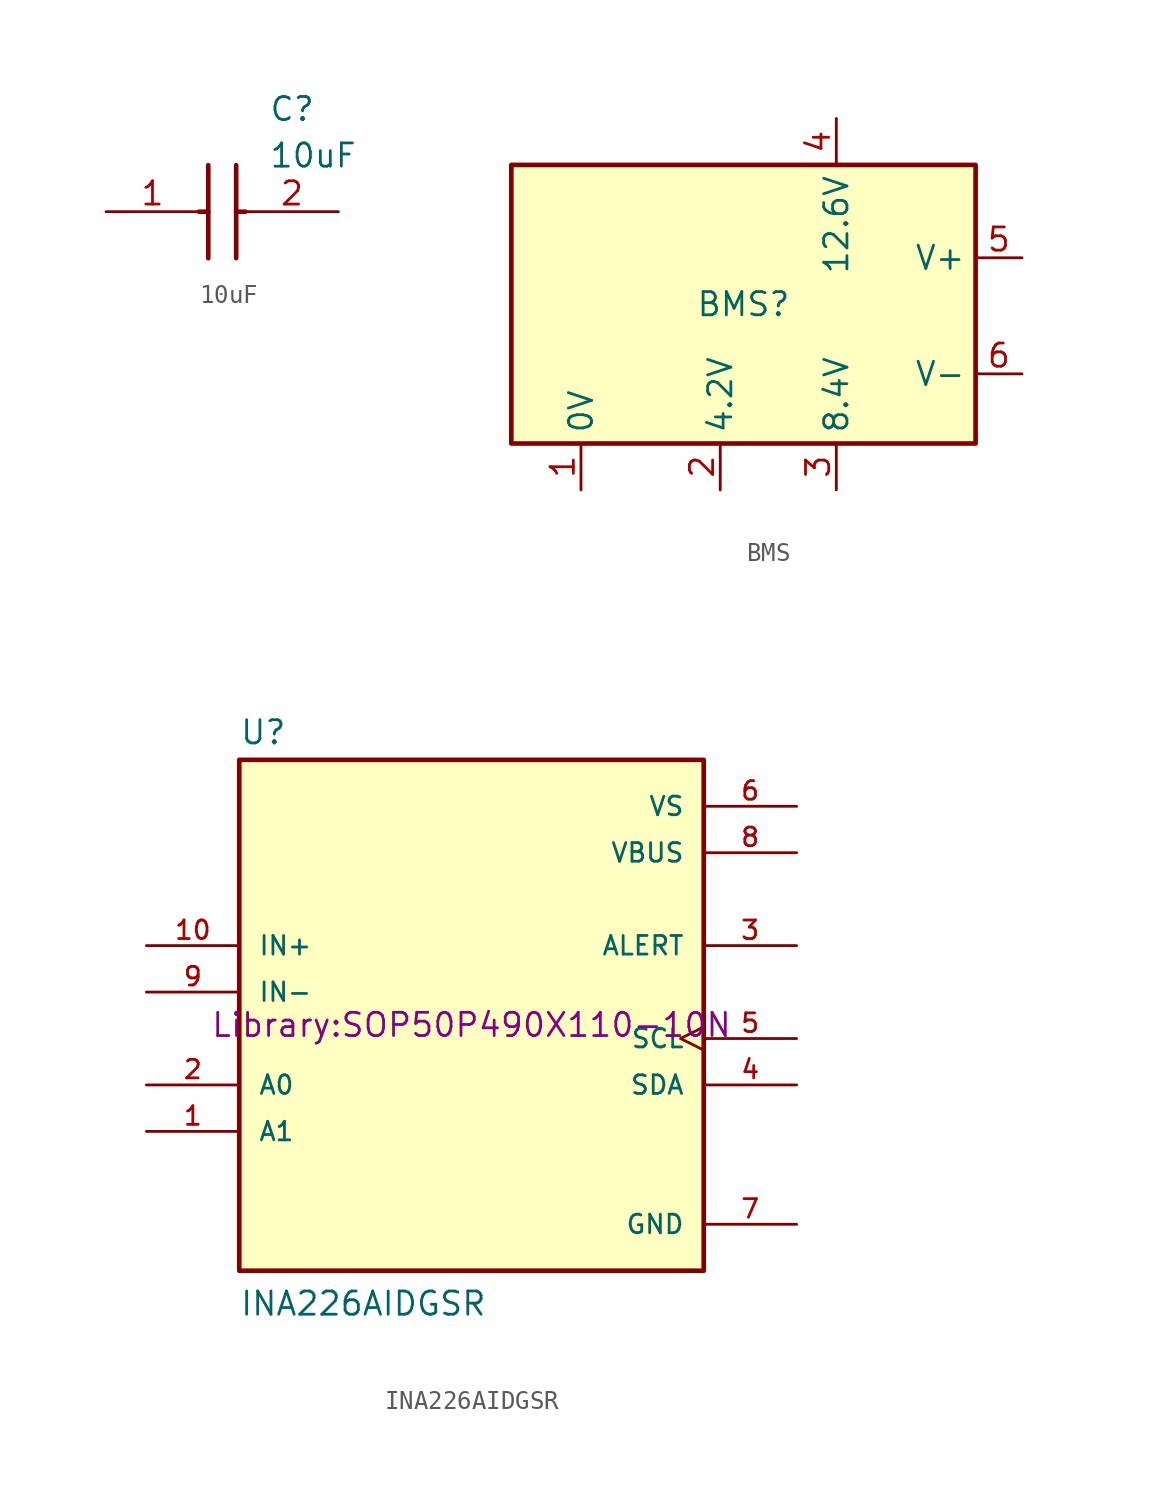
<source format=kicad_sym>
(kicad_symbol_lib
  (version 20220914)
  (generator kicad_symbol_editor)
  (symbol "10uF"
    (pin_names hide)
    (property "Reference" "C"
      (at 8.89 6.35 0)
      (effects (font (size 1.27 1.27)) (justify left top)))
    (property "Value" "10uF"
      (at 8.89 3.81 0)
      (effects (font (size 1.27 1.27)) (justify left top)))
    (symbol "10uF_1_1"
      (polyline (pts (xy 5.08 0) (xy 5.588 0)) (stroke (width 0.254) (type default)) (fill (type none)))
      (polyline (pts (xy 5.588 2.54) (xy 5.588 -2.54)) (stroke (width 0.254) (type default)) (fill (type none)))
      (polyline (pts (xy 7.112 0) (xy 7.62 0)) (stroke (width 0.254) (type default)) (fill (type none)))
      (polyline (pts (xy 7.112 2.54) (xy 7.112 -2.54)) (stroke (width 0.254) (type default)) (fill (type none)))
      (pin passive line (at 0 0 0) (length 5.08) (name "1" (effects (font (size 1.27 1.27)))) (number "1" (effects (font (size 1.27 1.27)))))
      (pin passive line (at 12.7 0 180) (length 5.08) (name "2" (effects (font (size 1.27 1.27)))) (number "2" (effects (font (size 1.27 1.27)))))))
  (symbol "BMS"
    (property "Reference" "BMS"
      (at 0 1.27 0)
      (effects (font (size 1.27 1.27))))
    (property "Value" ""
      (at 5.08 -1.27 0)
      (effects (font (size 1.27 1.27))))
    (symbol "BMS_1_1"
      (rectangle (start -12.7 8.89) (end 12.7 -6.35) (stroke (width 0.254) (type default)) (fill (type background)))
      (pin power_in line (at -8.89 -8.89 90) (length 2.54) (name "0V" (effects (font (size 1.27 1.27)))) (number "1" (effects (font (size 1.27 1.27)))))
      (pin power_in line (at -1.27 -8.89 90) (length 2.54) (name "4.2V" (effects (font (size 1.27 1.27)))) (number "2" (effects (font (size 1.27 1.27)))))
      (pin power_in line (at 5.08 -8.89 90) (length 2.54) (name "8.4V" (effects (font (size 1.27 1.27)))) (number "3" (effects (font (size 1.27 1.27)))))
      (pin power_in line (at 5.08 11.43 270) (length 2.54) (name "12.6V" (effects (font (size 1.27 1.27)))) (number "4" (effects (font (size 1.27 1.27)))))
      (pin power_out line (at 15.24 3.81 180) (length 2.54) (name "V+" (effects (font (size 1.27 1.27)))) (number "5" (effects (font (size 1.27 1.27)))))
      (pin power_out line (at 15.24 -2.54 180) (length 2.54) (name "V-" (effects (font (size 1.27 1.27)))) (number "6" (effects (font (size 1.27 1.27)))))))
  (symbol "INA226AIDGSR"
    (pin_names
      (offset 1.016))
    (property "Reference" "U"
      (at -12.7 16.002 0)
      (effects (font (size 1.27 1.27)) (justify left bottom)))
    (property "Value" "INA226AIDGSR"
      (at -12.7 -15.24 0)
      (effects (font (size 1.27 1.27)) (justify left bottom)))
    (property "Footprint" "Library:SOP50P490X110-10N"
      (at 0 0 0)
      (effects (font (size 1.27 1.27)) (justify bottom)))
    (symbol "INA226AIDGSR_0_0"
      (rectangle (start -12.7 15.24) (end 12.7 -12.7) (stroke (width 0.254) (type default)) (fill (type background)))
      (pin input line (at -17.78 -5.08 0) (length 5.08) (name "A1" (effects (font (size 1.016 1.016)))) (number "1" (effects (font (size 1.016 1.016)))))
      (pin input line (at -17.78 5.08 0) (length 5.08) (name "IN+" (effects (font (size 1.016 1.016)))) (number "10" (effects (font (size 1.016 1.016)))))
      (pin input line (at -17.78 -2.54 0) (length 5.08) (name "A0" (effects (font (size 1.016 1.016)))) (number "2" (effects (font (size 1.016 1.016)))))
      (pin output line (at 17.78 5.08 180) (length 5.08) (name "ALERT" (effects (font (size 1.016 1.016)))) (number "3" (effects (font (size 1.016 1.016)))))
      (pin bidirectional line (at 17.78 -2.54 180) (length 5.08) (name "SDA" (effects (font (size 1.016 1.016)))) (number "4" (effects (font (size 1.016 1.016)))))
      (pin input clock (at 17.78 0 180) (length 5.08) (name "SCL" (effects (font (size 1.016 1.016)))) (number "5" (effects (font (size 1.016 1.016)))))
      (pin power_in line (at 17.78 12.7 180) (length 5.08) (name "VS" (effects (font (size 1.016 1.016)))) (number "6" (effects (font (size 1.016 1.016)))))
      (pin power_in line (at 17.78 -10.16 180) (length 5.08) (name "GND" (effects (font (size 1.016 1.016)))) (number "7" (effects (font (size 1.016 1.016)))))
      (pin power_in line (at 17.78 10.16 180) (length 5.08) (name "VBUS" (effects (font (size 1.016 1.016)))) (number "8" (effects (font (size 1.016 1.016)))))
      (pin input line (at -17.78 2.54 0) (length 5.08) (name "IN-" (effects (font (size 1.016 1.016)))) (number "9" (effects (font (size 1.016 1.016))))))))
</source>
